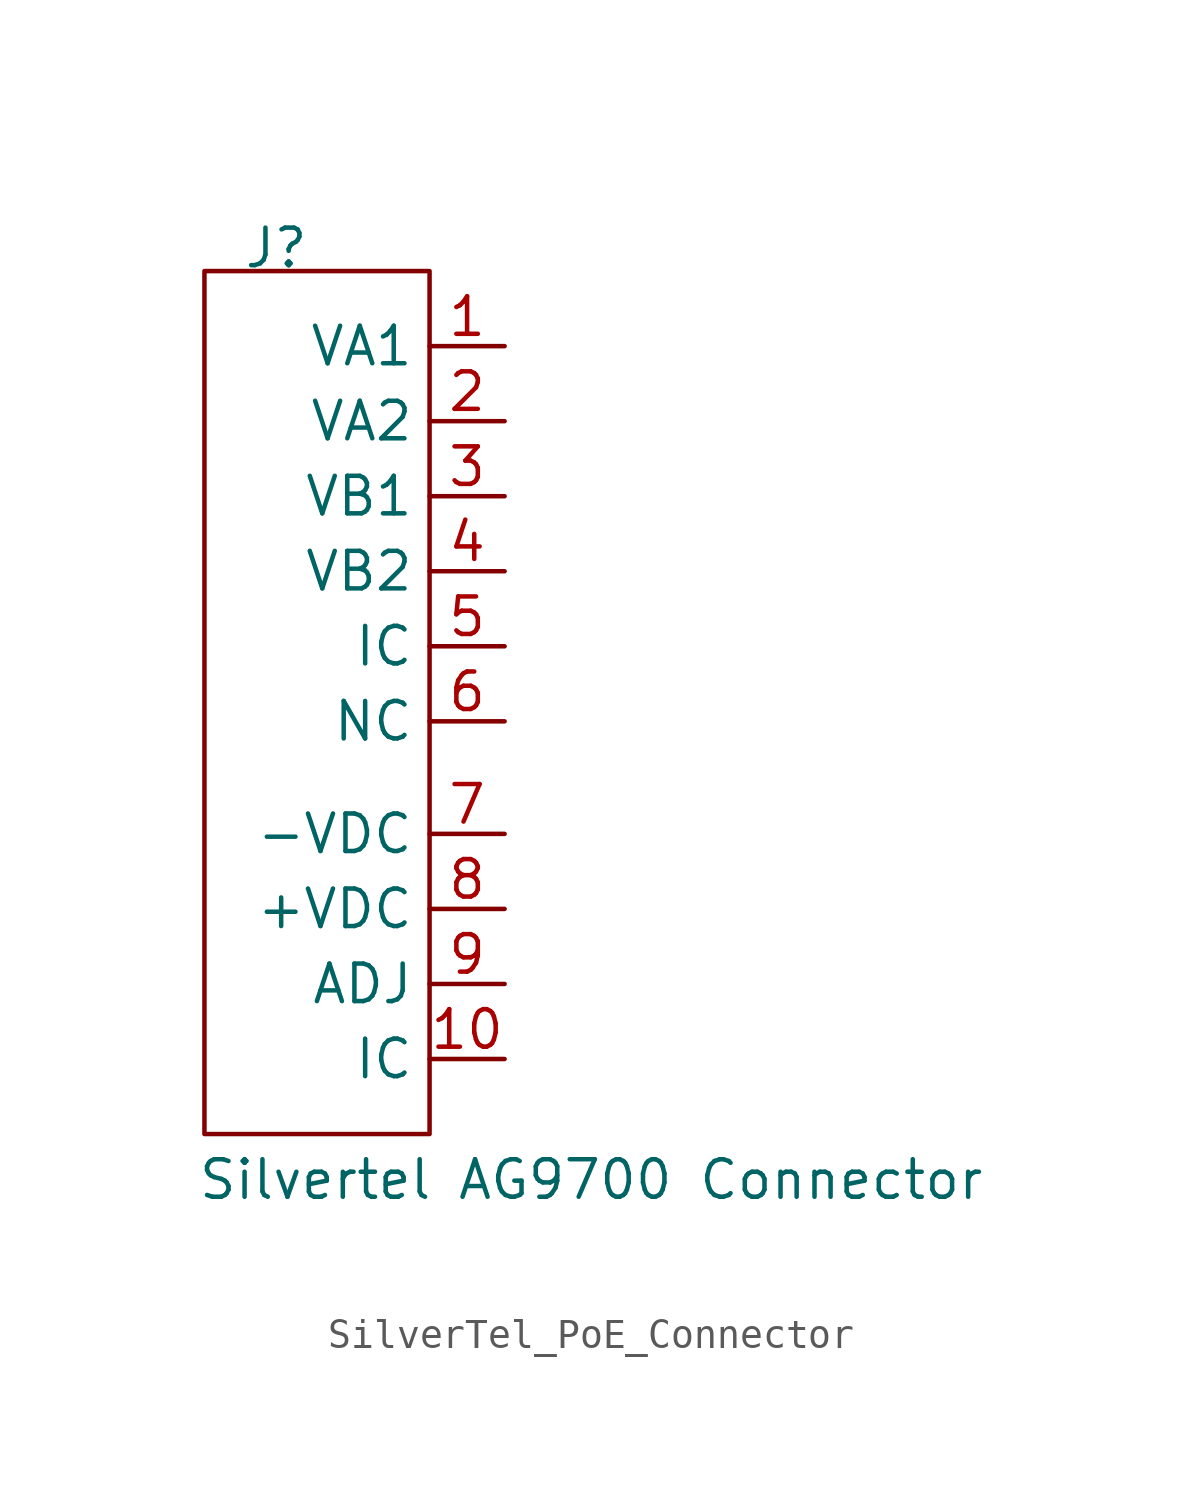
<source format=kicad_sym>
(kicad_symbol_lib
  (version 20231120)
  (generator "kicad_symbol_editor")
  (generator_version "8.0")
  (symbol "SilverTel_PoE_Connector"
    (property "Reference" "J"
      (at -0.254 10.414 0)
      (effects (font (size 1.27 1.27)) (justify right top)))
    (property "Value" "Silvertel AG9700 Connector"
      (at -4.064 -22.606 0)
      (effects (font (size 1.27 1.27)) (justify left bottom)))
    (symbol "SilverTel_PoE_Connector_0_1"
      (rectangle (start -3.81 8.89) (end 3.81 -20.32) (stroke (width 0) (type default)) (fill (type none))))
    (symbol "SilverTel_PoE_Connector_1_0"
      (pin input line (at 6.35 6.35 180) (length 2.54) (name "VA1" (effects (font (size 1.27 1.27)))) (number "1" (effects (font (size 1.27 1.27)))))
      (pin input line (at 6.35 -17.78 180) (length 2.54) (name "IC" (effects (font (size 1.27 1.27)))) (number "10" (effects (font (size 1.27 1.27)))))
      (pin input line (at 6.35 3.81 180) (length 2.54) (name "VA2" (effects (font (size 1.27 1.27)))) (number "2" (effects (font (size 1.27 1.27)))))
      (pin input line (at 6.35 1.27 180) (length 2.54) (name "VB1" (effects (font (size 1.27 1.27)))) (number "3" (effects (font (size 1.27 1.27)))))
      (pin input line (at 6.35 -1.27 180) (length 2.54) (name "VB2" (effects (font (size 1.27 1.27)))) (number "4" (effects (font (size 1.27 1.27)))))
      (pin input line (at 6.35 -3.81 180) (length 2.54) (name "IC" (effects (font (size 1.27 1.27)))) (number "5" (effects (font (size 1.27 1.27)))))
      (pin input line (at 6.35 -6.35 180) (length 2.54) (name "NC" (effects (font (size 1.27 1.27)))) (number "6" (effects (font (size 1.27 1.27)))))
      (pin input line (at 6.35 -10.16 180) (length 2.54) (name "-VDC" (effects (font (size 1.27 1.27)))) (number "7" (effects (font (size 1.27 1.27)))))
      (pin input line (at 6.35 -12.7 180) (length 2.54) (name "+VDC" (effects (font (size 1.27 1.27)))) (number "8" (effects (font (size 1.27 1.27)))))
      (pin input line (at 6.35 -15.24 180) (length 2.54) (name "ADJ" (effects (font (size 1.27 1.27)))) (number "9" (effects (font (size 1.27 1.27))))))))
</source>
